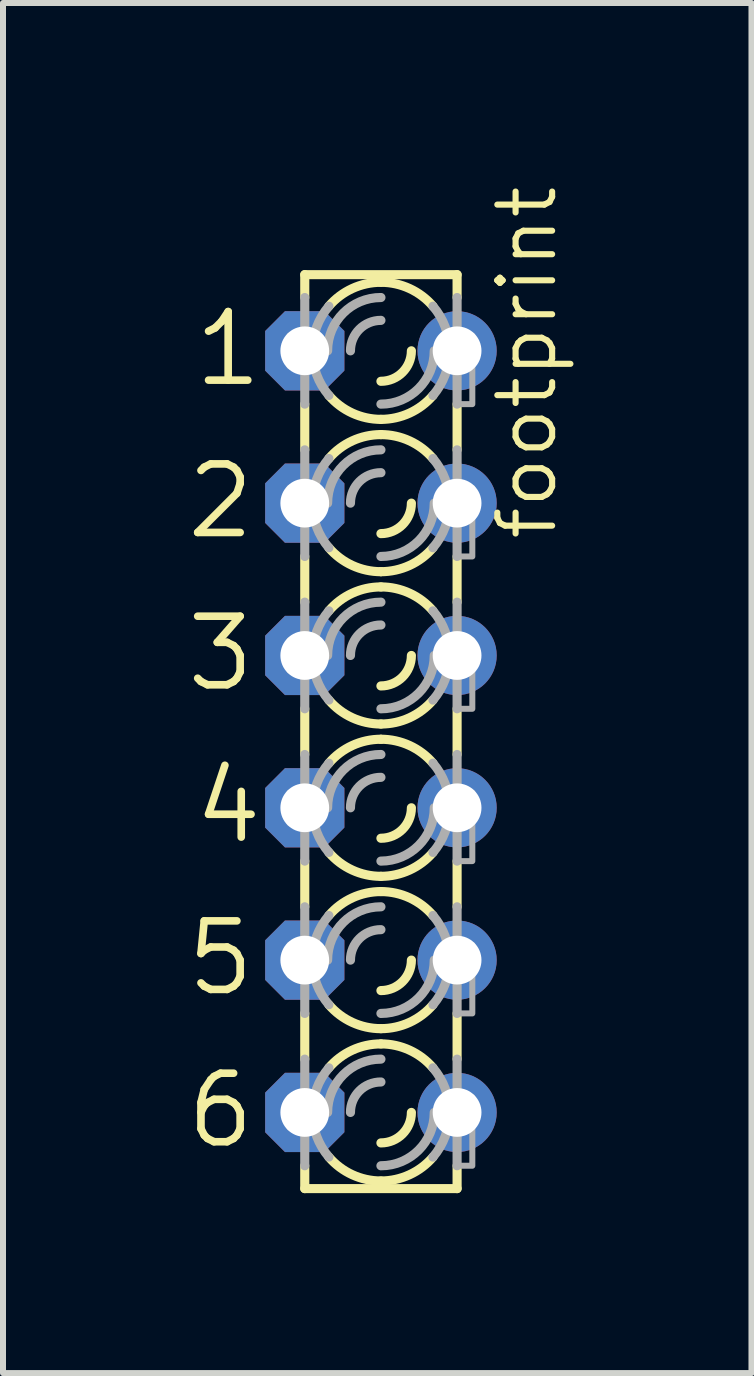
<source format=kicad_pcb>
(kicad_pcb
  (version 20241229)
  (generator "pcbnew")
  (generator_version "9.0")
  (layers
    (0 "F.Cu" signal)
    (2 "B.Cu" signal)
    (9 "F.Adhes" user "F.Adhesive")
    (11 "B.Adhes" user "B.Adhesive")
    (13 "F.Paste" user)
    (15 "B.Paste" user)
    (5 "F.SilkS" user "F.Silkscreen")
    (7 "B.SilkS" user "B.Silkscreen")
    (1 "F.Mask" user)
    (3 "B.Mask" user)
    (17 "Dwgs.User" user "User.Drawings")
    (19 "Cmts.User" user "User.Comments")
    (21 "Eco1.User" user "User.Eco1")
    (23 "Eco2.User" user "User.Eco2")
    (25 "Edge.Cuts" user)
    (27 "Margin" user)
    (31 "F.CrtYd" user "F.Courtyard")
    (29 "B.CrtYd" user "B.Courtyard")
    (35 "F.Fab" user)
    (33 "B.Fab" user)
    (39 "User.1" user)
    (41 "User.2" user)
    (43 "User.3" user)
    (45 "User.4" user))
  (footprint "footprint"
    (layer "F.Cu")
    (at 3.302 9.15)
    (property "Reference" "footprint" (at 2.972 -3.15 90) (layer "F.SilkS") (effects (font (size 0.914 0.914) (thickness 0.102)) (justify left bottom)))
    (fp_line (start -1.27 -7.62) (end -1.27 -7.239) (stroke (width 0.152) (type solid)) (layer "F.SilkS"))
    (fp_line (start -1.27 -7.62) (end 1.27 -7.62) (stroke (width 0.152) (type solid)) (layer "F.SilkS"))
    (fp_line (start -1.27 -5.461) (end -1.27 -4.699) (stroke (width 0.152) (type solid)) (layer "F.SilkS"))
    (fp_line (start -1.27 -2.921) (end -1.27 -2.159) (stroke (width 0.152) (type solid)) (layer "F.SilkS"))
    (fp_line (start -1.27 -0.381) (end -1.27 0.381) (stroke (width 0.152) (type solid)) (layer "F.SilkS"))
    (fp_line (start -1.27 2.159) (end -1.27 2.921) (stroke (width 0.152) (type solid)) (layer "F.SilkS"))
    (fp_line (start -1.27 4.699) (end -1.27 5.461) (stroke (width 0.152) (type solid)) (layer "F.SilkS"))
    (fp_line (start -1.27 7.62) (end -1.27 7.239) (stroke (width 0.152) (type solid)) (layer "F.SilkS"))
    (fp_line (start -1.27 7.62) (end 1.27 7.62) (stroke (width 0.152) (type solid)) (layer "F.SilkS"))
    (fp_line (start 1.27 -7.62) (end 1.27 -7.239) (stroke (width 0.152) (type solid)) (layer "F.SilkS"))
    (fp_line (start 1.27 -5.461) (end 1.27 -4.699) (stroke (width 0.152) (type solid)) (layer "F.SilkS"))
    (fp_line (start 1.27 -2.921) (end 1.27 -2.159) (stroke (width 0.152) (type solid)) (layer "F.SilkS"))
    (fp_line (start 1.27 -0.381) (end 1.27 0.381) (stroke (width 0.152) (type solid)) (layer "F.SilkS"))
    (fp_line (start 1.27 2.159) (end 1.27 2.921) (stroke (width 0.152) (type solid)) (layer "F.SilkS"))
    (fp_line (start 1.27 4.699) (end 1.27 5.461) (stroke (width 0.152) (type solid)) (layer "F.SilkS"))
    (fp_line (start 1.27 7.62) (end 1.27 7.239) (stroke (width 0.152) (type solid)) (layer "F.SilkS"))
    (fp_arc (start -0.8678 -7.0939) (mid -0.477588 -7.388445) (end 0 -7.493001) (stroke (width 0.1524) (type solid)) (layer "F.SilkS"))
    (fp_arc (start -0.8678 -4.5539) (mid -0.477588 -4.848445) (end 0 -4.953001) (stroke (width 0.1524) (type solid)) (layer "F.SilkS"))
    (fp_arc (start -0.8678 -2.0139) (mid -0.477588 -2.308445) (end 0 -2.413001) (stroke (width 0.1524) (type solid)) (layer "F.SilkS"))
    (fp_arc (start -0.8678 0.5261) (mid -0.477588 0.231555) (end -0.000001 0.126999) (stroke (width 0.1524) (type solid)) (layer "F.SilkS"))
    (fp_arc (start -0.8678 3.0661) (mid -0.477588 2.771555) (end -0.000001 2.666999) (stroke (width 0.1524) (type solid)) (layer "F.SilkS"))
    (fp_arc (start -0.8678 5.6061) (mid -0.477588 5.311555) (end -0.000001 5.206999) (stroke (width 0.1524) (type solid)) (layer "F.SilkS"))
    (fp_arc (start -0.000001 -5.206999) (mid -0.477588 -5.311555) (end -0.8678 -5.6061) (stroke (width 0.1524) (type solid)) (layer "F.SilkS"))
    (fp_arc (start -0.000001 -2.666999) (mid -0.477588 -2.771555) (end -0.8678 -3.0661) (stroke (width 0.1524) (type solid)) (layer "F.SilkS"))
    (fp_arc (start -0.000001 -0.126999) (mid -0.477588 -0.231555) (end -0.8678 -0.5261) (stroke (width 0.1524) (type solid)) (layer "F.SilkS"))
    (fp_arc (start 0 -7.493) (mid 0.477588 -7.388444) (end 0.8678 -7.093899) (stroke (width 0.1524) (type solid)) (layer "F.SilkS"))
    (fp_arc (start 0 -4.953) (mid 0.477588 -4.848444) (end 0.8678 -4.553899) (stroke (width 0.1524) (type solid)) (layer "F.SilkS"))
    (fp_arc (start 0 -2.413) (mid 0.477588 -2.308444) (end 0.8678 -2.013899) (stroke (width 0.1524) (type solid)) (layer "F.SilkS"))
    (fp_arc (start 0 0.127) (mid 0.477587 0.231556) (end 0.867799 0.5261) (stroke (width 0.1524) (type solid)) (layer "F.SilkS"))
    (fp_arc (start 0 2.413001) (mid -0.477588 2.308445) (end -0.8678 2.0139) (stroke (width 0.1524) (type solid)) (layer "F.SilkS"))
    (fp_arc (start 0 2.667) (mid 0.477587 2.771556) (end 0.867799 3.0661) (stroke (width 0.1524) (type solid)) (layer "F.SilkS"))
    (fp_arc (start 0 4.953001) (mid -0.477588 4.848445) (end -0.8678 4.5539) (stroke (width 0.1524) (type solid)) (layer "F.SilkS"))
    (fp_arc (start 0 5.207) (mid 0.477587 5.311556) (end 0.867799 5.6061) (stroke (width 0.1524) (type solid)) (layer "F.SilkS"))
    (fp_arc (start 0 7.493001) (mid -0.477588 7.388445) (end -0.8678 7.0939) (stroke (width 0.1524) (type solid)) (layer "F.SilkS"))
    (fp_arc (start 0.508 -6.35) (mid 0.35921 -5.99079) (end 0 -5.842) (stroke (width 0.1524) (type solid)) (layer "F.SilkS"))
    (fp_arc (start 0.508 -3.81) (mid 0.35921 -3.45079) (end 0 -3.302) (stroke (width 0.1524) (type solid)) (layer "F.SilkS"))
    (fp_arc (start 0.508 -1.27) (mid 0.35921 -0.91079) (end 0 -0.762) (stroke (width 0.1524) (type solid)) (layer "F.SilkS"))
    (fp_arc (start 0.508 1.27) (mid 0.35921 1.62921) (end 0 1.778) (stroke (width 0.1524) (type solid)) (layer "F.SilkS"))
    (fp_arc (start 0.508 3.81) (mid 0.35921 4.16921) (end 0 4.318) (stroke (width 0.1524) (type solid)) (layer "F.SilkS"))
    (fp_arc (start 0.508 6.35) (mid 0.35921 6.70921) (end 0 6.858) (stroke (width 0.1524) (type solid)) (layer "F.SilkS"))
    (fp_arc (start 0.867799 -5.6061) (mid 0.477587 -5.311556) (end 0 -5.207) (stroke (width 0.1524) (type solid)) (layer "F.SilkS"))
    (fp_arc (start 0.867799 -3.0661) (mid 0.477587 -2.771556) (end 0 -2.667) (stroke (width 0.1524) (type solid)) (layer "F.SilkS"))
    (fp_arc (start 0.867799 -0.5261) (mid 0.477587 -0.231556) (end 0 -0.127) (stroke (width 0.1524) (type solid)) (layer "F.SilkS"))
    (fp_arc (start 0.8678 2.013899) (mid 0.477588 2.308444) (end 0 2.413) (stroke (width 0.1524) (type solid)) (layer "F.SilkS"))
    (fp_arc (start 0.8678 4.553899) (mid 0.477588 4.848444) (end 0 4.953) (stroke (width 0.1524) (type solid)) (layer "F.SilkS"))
    (fp_arc (start 0.8678 7.093899) (mid 0.477588 7.388444) (end 0 7.493) (stroke (width 0.1524) (type solid)) (layer "F.SilkS"))
    (fp_line (start -1.27 -5.461) (end -1.27 -7.239) (stroke (width 0.152) (type solid)) (layer "F.Fab"))
    (fp_line (start -1.27 -2.921) (end -1.27 -4.699) (stroke (width 0.152) (type solid)) (layer "F.Fab"))
    (fp_line (start -1.27 -0.381) (end -1.27 -2.159) (stroke (width 0.152) (type solid)) (layer "F.Fab"))
    (fp_line (start -1.27 2.159) (end -1.27 0.381) (stroke (width 0.152) (type solid)) (layer "F.Fab"))
    (fp_line (start -1.27 4.699) (end -1.27 2.921) (stroke (width 0.152) (type solid)) (layer "F.Fab"))
    (fp_line (start -1.27 7.239) (end -1.27 5.461) (stroke (width 0.152) (type solid)) (layer "F.Fab"))
    (fp_line (start 1.27 -5.461) (end 1.27 -7.239) (stroke (width 0.152) (type solid)) (layer "F.Fab"))
    (fp_line (start 1.27 -2.921) (end 1.27 -4.699) (stroke (width 0.152) (type solid)) (layer "F.Fab"))
    (fp_line (start 1.27 -0.381) (end 1.27 -2.159) (stroke (width 0.152) (type solid)) (layer "F.Fab"))
    (fp_line (start 1.27 2.159) (end 1.27 0.381) (stroke (width 0.152) (type solid)) (layer "F.Fab"))
    (fp_line (start 1.27 4.699) (end 1.27 2.921) (stroke (width 0.152) (type solid)) (layer "F.Fab"))
    (fp_line (start 1.27 7.239) (end 1.27 5.461) (stroke (width 0.152) (type solid)) (layer "F.Fab"))
    (fp_arc (start -1.143 -6.35) (mid -1.071949 -6.746597) (end -0.8677 -7.0939) (stroke (width 0.1524) (type solid)) (layer "F.Fab"))
    (fp_arc (start -1.143 -3.81) (mid -1.071949 -4.206597) (end -0.8677 -4.5539) (stroke (width 0.1524) (type solid)) (layer "F.Fab"))
    (fp_arc (start -1.143 -1.27) (mid -1.071949 -1.666597) (end -0.8677 -2.0139) (stroke (width 0.1524) (type solid)) (layer "F.Fab"))
    (fp_arc (start -1.143 1.27) (mid -1.071997 0.873413) (end -0.867801 0.5261) (stroke (width 0.1524) (type solid)) (layer "F.Fab"))
    (fp_arc (start -1.143 3.81) (mid -1.071997 3.413413) (end -0.867801 3.0661) (stroke (width 0.1524) (type solid)) (layer "F.Fab"))
    (fp_arc (start -1.143 6.35) (mid -1.071997 5.953413) (end -0.867801 5.6061) (stroke (width 0.1524) (type solid)) (layer "F.Fab"))
    (fp_arc (start -0.889 -6.35) (mid -0.628618 -6.978618) (end 0 -7.239) (stroke (width 0.1524) (type solid)) (layer "F.Fab"))
    (fp_arc (start -0.889 -3.81) (mid -0.628618 -4.438618) (end 0 -4.699) (stroke (width 0.1524) (type solid)) (layer "F.Fab"))
    (fp_arc (start -0.889 -1.27) (mid -0.628618 -1.898618) (end 0 -2.159) (stroke (width 0.1524) (type solid)) (layer "F.Fab"))
    (fp_arc (start -0.889 1.27) (mid -0.628618 0.641382) (end 0 0.381) (stroke (width 0.1524) (type solid)) (layer "F.Fab"))
    (fp_arc (start -0.889 3.81) (mid -0.628618 3.181382) (end 0 2.921) (stroke (width 0.1524) (type solid)) (layer "F.Fab"))
    (fp_arc (start -0.889 6.35) (mid -0.628618 5.721382) (end 0 5.461) (stroke (width 0.1524) (type solid)) (layer "F.Fab"))
    (fp_arc (start -0.867801 -5.6061) (mid -1.071997 -5.953413) (end -1.143 -6.35) (stroke (width 0.1524) (type solid)) (layer "F.Fab"))
    (fp_arc (start -0.867801 -3.0661) (mid -1.071997 -3.413413) (end -1.143 -3.81) (stroke (width 0.1524) (type solid)) (layer "F.Fab"))
    (fp_arc (start -0.867801 -0.5261) (mid -1.071997 -0.873413) (end -1.143 -1.27) (stroke (width 0.1524) (type solid)) (layer "F.Fab"))
    (fp_arc (start -0.8677 2.0139) (mid -1.071949 1.666597) (end -1.143 1.27) (stroke (width 0.1524) (type solid)) (layer "F.Fab"))
    (fp_arc (start -0.8677 4.5539) (mid -1.071949 4.206597) (end -1.143 3.81) (stroke (width 0.1524) (type solid)) (layer "F.Fab"))
    (fp_arc (start -0.8677 7.0939) (mid -1.071949 6.746597) (end -1.143 6.35) (stroke (width 0.1524) (type solid)) (layer "F.Fab"))
    (fp_arc (start -0.508 -6.35) (mid -0.35921 -6.70921) (end 0 -6.858) (stroke (width 0.1524) (type solid)) (layer "F.Fab"))
    (fp_arc (start -0.508 -3.81) (mid -0.35921 -4.16921) (end 0 -4.318) (stroke (width 0.1524) (type solid)) (layer "F.Fab"))
    (fp_arc (start -0.508 -1.27) (mid -0.35921 -1.62921) (end 0 -1.778) (stroke (width 0.1524) (type solid)) (layer "F.Fab"))
    (fp_arc (start -0.508 1.27) (mid -0.35921 0.91079) (end 0 0.762) (stroke (width 0.1524) (type solid)) (layer "F.Fab"))
    (fp_arc (start -0.508 3.81) (mid -0.35921 3.45079) (end 0 3.302) (stroke (width 0.1524) (type solid)) (layer "F.Fab"))
    (fp_arc (start -0.508 6.35) (mid -0.35921 5.99079) (end 0 5.842) (stroke (width 0.1524) (type solid)) (layer "F.Fab"))
    (fp_arc (start 0.8678 -7.0939) (mid 1.072043 -6.746595) (end 1.1431 -6.35) (stroke (width 0.1524) (type solid)) (layer "F.Fab"))
    (fp_arc (start 0.8678 -4.5539) (mid 1.072043 -4.206595) (end 1.1431 -3.81) (stroke (width 0.1524) (type solid)) (layer "F.Fab"))
    (fp_arc (start 0.8678 -2.0139) (mid 1.072043 -1.666595) (end 1.1431 -1.27) (stroke (width 0.1524) (type solid)) (layer "F.Fab"))
    (fp_arc (start 0.8678 0.5261) (mid 1.071949 0.873421) (end 1.1429 1.27) (stroke (width 0.1524) (type solid)) (layer "F.Fab"))
    (fp_arc (start 0.8678 3.0661) (mid 1.071949 3.413421) (end 1.1429 3.81) (stroke (width 0.1524) (type solid)) (layer "F.Fab"))
    (fp_arc (start 0.8678 5.6061) (mid 1.071949 5.953421) (end 1.1429 6.35) (stroke (width 0.1524) (type solid)) (layer "F.Fab"))
    (fp_arc (start 0.889 -6.35) (mid 0.628618 -5.721382) (end 0 -5.461) (stroke (width 0.1524) (type solid)) (layer "F.Fab"))
    (fp_arc (start 0.889 -3.81) (mid 0.628618 -3.181382) (end 0 -2.921) (stroke (width 0.1524) (type solid)) (layer "F.Fab"))
    (fp_arc (start 0.889 -1.27) (mid 0.628618 -0.641382) (end 0 -0.381) (stroke (width 0.1524) (type solid)) (layer "F.Fab"))
    (fp_arc (start 0.889 1.27) (mid 0.628618 1.898618) (end 0 2.159) (stroke (width 0.1524) (type solid)) (layer "F.Fab"))
    (fp_arc (start 0.889 3.81) (mid 0.628618 4.438618) (end 0 4.699) (stroke (width 0.1524) (type solid)) (layer "F.Fab"))
    (fp_arc (start 0.889 6.35) (mid 0.628618 6.978618) (end 0 7.239) (stroke (width 0.1524) (type solid)) (layer "F.Fab"))
    (fp_arc (start 1.1429 -6.35) (mid 1.071949 -5.953421) (end 0.8678 -5.6061) (stroke (width 0.1524) (type solid)) (layer "F.Fab"))
    (fp_arc (start 1.1429 -3.81) (mid 1.071949 -3.413421) (end 0.8678 -3.0661) (stroke (width 0.1524) (type solid)) (layer "F.Fab"))
    (fp_arc (start 1.1429 -1.27) (mid 1.071949 -0.873421) (end 0.8678 -0.5261) (stroke (width 0.1524) (type solid)) (layer "F.Fab"))
    (fp_arc (start 1.1431 1.27) (mid 1.072043 1.666594) (end 0.8678 2.0139) (stroke (width 0.1524) (type solid)) (layer "F.Fab"))
    (fp_arc (start 1.1431 3.81) (mid 1.072043 4.206594) (end 0.8678 4.5539) (stroke (width 0.1524) (type solid)) (layer "F.Fab"))
    (fp_arc (start 1.1431 6.35) (mid 1.072043 6.746594) (end 0.8678 7.0939) (stroke (width 0.1524) (type solid)) (layer "F.Fab"))
    (fp_poly (pts (xy -1.524 -6.096) (xy -1.27 -6.096) (xy -1.27 -6.604) (xy -1.524 -6.604)) (stroke (width 0.1) (type solid)) (fill no) (layer "F.Fab"))
    (fp_poly (pts (xy -1.524 -3.556) (xy -1.27 -3.556) (xy -1.27 -4.064) (xy -1.524 -4.064)) (stroke (width 0.1) (type solid)) (fill no) (layer "F.Fab"))
    (fp_poly (pts (xy -1.524 -1.016) (xy -1.27 -1.016) (xy -1.27 -1.524) (xy -1.524 -1.524)) (stroke (width 0.1) (type solid)) (fill no) (layer "F.Fab"))
    (fp_poly (pts (xy -1.524 1.524) (xy -1.27 1.524) (xy -1.27 1.016) (xy -1.524 1.016)) (stroke (width 0.1) (type solid)) (fill no) (layer "F.Fab"))
    (fp_poly (pts (xy -1.524 4.064) (xy -1.27 4.064) (xy -1.27 3.556) (xy -1.524 3.556)) (stroke (width 0.1) (type solid)) (fill no) (layer "F.Fab"))
    (fp_poly (pts (xy -1.524 6.604) (xy -1.27 6.604) (xy -1.27 6.096) (xy -1.524 6.096)) (stroke (width 0.1) (type solid)) (fill no) (layer "F.Fab"))
    (fp_poly (pts (xy 1.27 -5.461) (xy 1.524 -5.461) (xy 1.524 -6.604) (xy 1.27 -6.604)) (stroke (width 0.1) (type solid)) (fill no) (layer "F.Fab"))
    (fp_poly (pts (xy 1.27 -2.921) (xy 1.524 -2.921) (xy 1.524 -4.064) (xy 1.27 -4.064)) (stroke (width 0.1) (type solid)) (fill no) (layer "F.Fab"))
    (fp_poly (pts (xy 1.27 -0.381) (xy 1.524 -0.381) (xy 1.524 -1.524) (xy 1.27 -1.524)) (stroke (width 0.1) (type solid)) (fill no) (layer "F.Fab"))
    (fp_poly (pts (xy 1.27 2.159) (xy 1.524 2.159) (xy 1.524 1.016) (xy 1.27 1.016)) (stroke (width 0.1) (type solid)) (fill no) (layer "F.Fab"))
    (fp_poly (pts (xy 1.27 4.699) (xy 1.524 4.699) (xy 1.524 3.556) (xy 1.27 3.556)) (stroke (width 0.1) (type solid)) (fill no) (layer "F.Fab"))
    (fp_poly (pts (xy 1.27 7.239) (xy 1.524 7.239) (xy 1.524 6.096) (xy 1.27 6.096)) (stroke (width 0.1) (type solid)) (fill no) (layer "F.Fab"))
    (fp_text user "5" (at -3.302 4.445 0) (layer "F.SilkS") (effects (font (size 1.143 1.143) (thickness 0.127)) (justify left bottom)))
    (fp_text user "6" (at -3.302 6.985 0) (layer "F.SilkS") (effects (font (size 1.143 1.143) (thickness 0.127)) (justify left bottom)))
    (fp_text user "4" (at -3.175 1.905 0) (layer "F.SilkS") (effects (font (size 1.143 1.143) (thickness 0.127)) (justify left bottom)))
    (fp_text user "1" (at -3.175 -5.715 0) (layer "F.SilkS") (effects (font (size 1.143 1.143) (thickness 0.127)) (justify left bottom)))
    (fp_text user "3" (at -3.302 -0.635 0) (layer "F.SilkS") (effects (font (size 1.143 1.143) (thickness 0.127)) (justify left bottom)))
    (fp_text user "2" (at -3.302 -3.175 0) (layer "F.SilkS") (effects (font (size 1.143 1.143) (thickness 0.127)) (justify left bottom)))
    (pad "A1" thru_hole roundrect (at -1.27 -6.35) (size 1.321 1.321) (drill 0.813) (layers "*.Cu" "*.Mask") (roundrect_rratio 0.25) (chamfer_ratio 0.25) (chamfer top_left top_right bottom_left bottom_right))
    (pad "A2" thru_hole roundrect (at -1.27 -3.81) (size 1.321 1.321) (drill 0.813) (layers "*.Cu" "*.Mask") (roundrect_rratio 0.25) (chamfer_ratio 0.25) (chamfer top_left top_right bottom_left bottom_right))
    (pad "A3" thru_hole roundrect (at -1.27 -1.27) (size 1.321 1.321) (drill 0.813) (layers "*.Cu" "*.Mask") (roundrect_rratio 0.25) (chamfer_ratio 0.25) (chamfer top_left top_right bottom_left bottom_right))
    (pad "A4" thru_hole roundrect (at -1.27 1.27) (size 1.321 1.321) (drill 0.813) (layers "*.Cu" "*.Mask") (roundrect_rratio 0.25) (chamfer_ratio 0.25) (chamfer top_left top_right bottom_left bottom_right))
    (pad "A5" thru_hole roundrect (at -1.27 3.81) (size 1.321 1.321) (drill 0.813) (layers "*.Cu" "*.Mask") (roundrect_rratio 0.25) (chamfer_ratio 0.25) (chamfer top_left top_right bottom_left bottom_right))
    (pad "A6" thru_hole roundrect (at -1.27 6.35) (size 1.321 1.321) (drill 0.813) (layers "*.Cu" "*.Mask") (roundrect_rratio 0.25) (chamfer_ratio 0.25) (chamfer top_left top_right bottom_left bottom_right))
    (pad "K1" thru_hole circle (at 1.27 -6.35) (size 1.321 1.321) (drill 0.813) (layers "*.Cu" "*.Mask"))
    (pad "K2" thru_hole circle (at 1.27 -3.81) (size 1.321 1.321) (drill 0.813) (layers "*.Cu" "*.Mask"))
    (pad "K3" thru_hole circle (at 1.27 -1.27) (size 1.321 1.321) (drill 0.813) (layers "*.Cu" "*.Mask"))
    (pad "K4" thru_hole circle (at 1.27 1.27) (size 1.321 1.321) (drill 0.813) (layers "*.Cu" "*.Mask"))
    (pad "K5" thru_hole circle (at 1.27 3.81) (size 1.321 1.321) (drill 0.813) (layers "*.Cu" "*.Mask"))
    (pad "K6" thru_hole circle (at 1.27 6.35) (size 1.321 1.321) (drill 0.813) (layers "*.Cu" "*.Mask")))
  (gr_rect
    (start -3 -3)
    (end 9.481 19.846)
    (stroke (width 0.1) (type default))
    (fill no)
    (layer "Edge.Cuts")))
</source>
